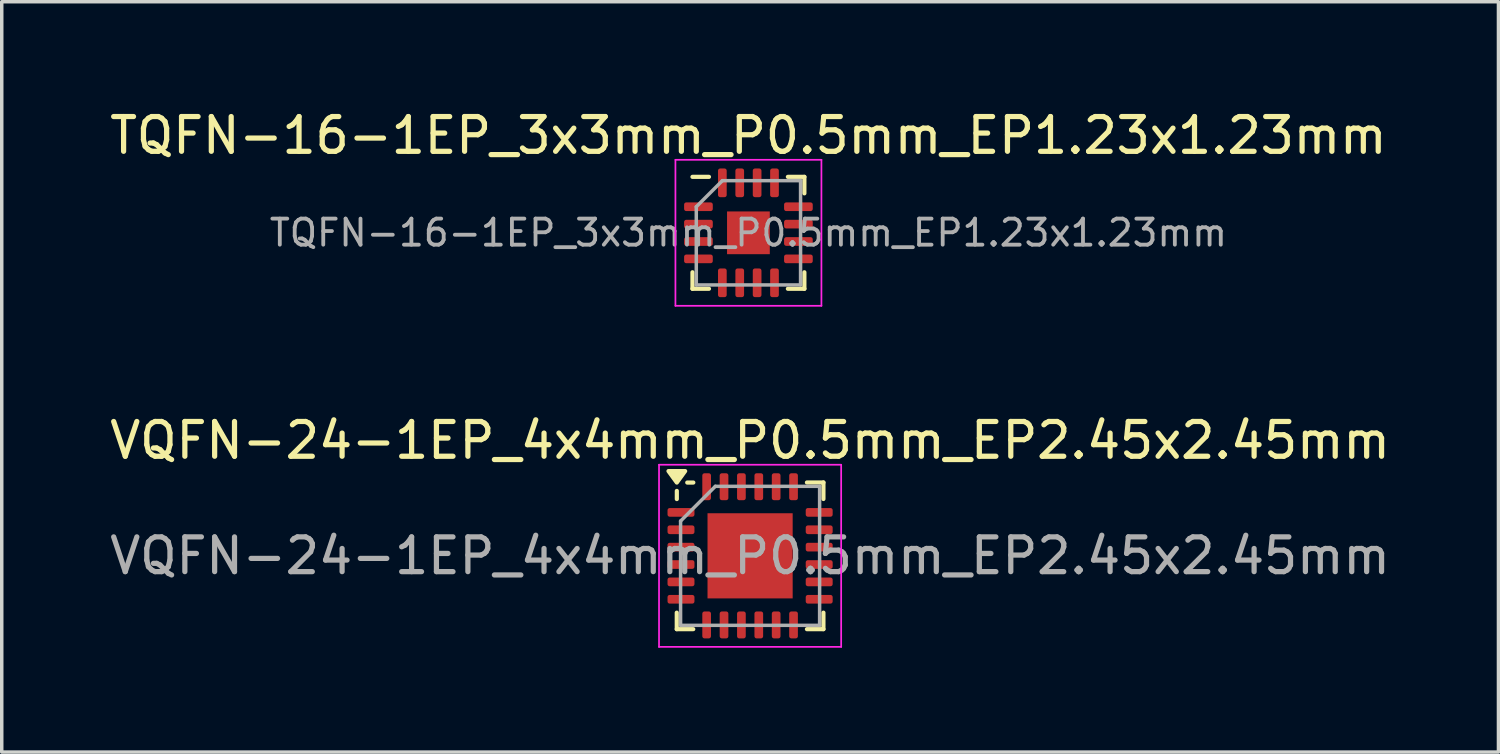
<source format=kicad_pcb>
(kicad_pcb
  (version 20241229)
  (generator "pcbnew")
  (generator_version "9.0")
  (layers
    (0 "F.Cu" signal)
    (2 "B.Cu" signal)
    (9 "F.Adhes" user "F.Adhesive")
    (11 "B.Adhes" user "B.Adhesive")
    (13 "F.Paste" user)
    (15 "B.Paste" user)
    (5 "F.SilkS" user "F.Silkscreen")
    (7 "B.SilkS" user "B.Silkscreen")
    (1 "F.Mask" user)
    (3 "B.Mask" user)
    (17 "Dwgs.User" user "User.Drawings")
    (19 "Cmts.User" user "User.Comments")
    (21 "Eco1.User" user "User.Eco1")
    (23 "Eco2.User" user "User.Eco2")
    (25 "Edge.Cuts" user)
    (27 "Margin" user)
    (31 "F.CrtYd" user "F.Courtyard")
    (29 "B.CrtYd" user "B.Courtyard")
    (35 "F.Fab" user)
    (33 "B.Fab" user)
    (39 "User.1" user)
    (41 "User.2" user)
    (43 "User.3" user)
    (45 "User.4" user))
  (footprint "VQFN-24-1EP_4x4mm_P0.5mm_EP2.45x2.45mm"
    (layer "F.Cu")
    (at 18.53 12.941)
    (property "Reference" "VQFN-24-1EP_4x4mm_P0.5mm_EP2.45x2.45mm" (at 0 -3.32 0) (layer "F.SilkS") (effects (font (size 1 1) (thickness 0.15))))
    (attr smd)
    (fp_line (start -2.11 2.11) (end -2.11 1.635) (stroke (width 0.12) (type solid)) (layer "F.SilkS"))
    (fp_line (start -2.108 -1.633) (end -2.108 -1.868) (stroke (width 0.12) (type solid)) (layer "F.SilkS"))
    (fp_line (start -1.635 2.11) (end -2.11 2.11) (stroke (width 0.12) (type solid)) (layer "F.SilkS"))
    (fp_line (start -1.633 -2.108) (end -1.808 -2.108) (stroke (width 0.12) (type solid)) (layer "F.SilkS"))
    (fp_line (start 1.635 -2.11) (end 2.11 -2.11) (stroke (width 0.12) (type solid)) (layer "F.SilkS"))
    (fp_line (start 1.635 2.11) (end 2.11 2.11) (stroke (width 0.12) (type solid)) (layer "F.SilkS"))
    (fp_line (start 2.11 -2.11) (end 2.11 -1.635) (stroke (width 0.12) (type solid)) (layer "F.SilkS"))
    (fp_line (start 2.11 2.11) (end 2.11 1.635) (stroke (width 0.12) (type solid)) (layer "F.SilkS"))
    (fp_poly (pts (xy -2.108 -2.108) (xy -2.348 -2.438) (xy -1.868 -2.438) (xy -2.108 -2.108)) (stroke (width 0.12) (type solid)) (fill yes) (layer "F.SilkS"))
    (fp_line (start -2.62 -2.62) (end -2.62 2.62) (stroke (width 0.05) (type solid)) (layer "F.CrtYd"))
    (fp_line (start -2.62 2.62) (end 2.62 2.62) (stroke (width 0.05) (type solid)) (layer "F.CrtYd"))
    (fp_line (start 2.62 -2.62) (end -2.62 -2.62) (stroke (width 0.05) (type solid)) (layer "F.CrtYd"))
    (fp_line (start 2.62 2.62) (end 2.62 -2.62) (stroke (width 0.05) (type solid)) (layer "F.CrtYd"))
    (fp_line (start -2 -1) (end -1 -2) (stroke (width 0.1) (type solid)) (layer "F.Fab"))
    (fp_line (start -2 2) (end -2 -1) (stroke (width 0.1) (type solid)) (layer "F.Fab"))
    (fp_line (start -1 -2) (end 2 -2) (stroke (width 0.1) (type solid)) (layer "F.Fab"))
    (fp_line (start 2 -2) (end 2 2) (stroke (width 0.1) (type solid)) (layer "F.Fab"))
    (fp_line (start 2 2) (end -2 2) (stroke (width 0.1) (type solid)) (layer "F.Fab"))
    (fp_text user "${REFERENCE}" (at 0 0 0) (layer "F.Fab") (effects (font (size 1 1) (thickness 0.15))))
    (pad "" smd roundrect (at -0.82 -0.82) (size 0.66 0.66) (layers "F.Paste") (roundrect_rratio 0.25))
    (pad "" smd roundrect (at -0.82 0) (size 0.66 0.66) (layers "F.Paste") (roundrect_rratio 0.25))
    (pad "" smd roundrect (at -0.82 0.82) (size 0.66 0.66) (layers "F.Paste") (roundrect_rratio 0.25))
    (pad "" smd roundrect (at 0 -0.82) (size 0.66 0.66) (layers "F.Paste") (roundrect_rratio 0.25))
    (pad "" smd roundrect (at 0 0) (size 0.66 0.66) (layers "F.Paste") (roundrect_rratio 0.25))
    (pad "" smd roundrect (at 0 0.82) (size 0.66 0.66) (layers "F.Paste") (roundrect_rratio 0.25))
    (pad "" smd roundrect (at 0.82 -0.82) (size 0.66 0.66) (layers "F.Paste") (roundrect_rratio 0.25))
    (pad "" smd roundrect (at 0.82 0) (size 0.66 0.66) (layers "F.Paste") (roundrect_rratio 0.25))
    (pad "" smd roundrect (at 0.82 0.82) (size 0.66 0.66) (layers "F.Paste") (roundrect_rratio 0.25))
    (pad "1" smd roundrect (at -1.988 -1.25) (size 0.775 0.25) (layers "F.Cu" "F.Mask" "F.Paste") (roundrect_rratio 0.25))
    (pad "2" smd roundrect (at -1.988 -0.75) (size 0.775 0.25) (layers "F.Cu" "F.Mask" "F.Paste") (roundrect_rratio 0.25))
    (pad "3" smd roundrect (at -1.988 -0.25) (size 0.775 0.25) (layers "F.Cu" "F.Mask" "F.Paste") (roundrect_rratio 0.25))
    (pad "4" smd roundrect (at -1.988 0.25) (size 0.775 0.25) (layers "F.Cu" "F.Mask" "F.Paste") (roundrect_rratio 0.25))
    (pad "5" smd roundrect (at -1.988 0.75) (size 0.775 0.25) (layers "F.Cu" "F.Mask" "F.Paste") (roundrect_rratio 0.25))
    (pad "6" smd roundrect (at -1.988 1.25) (size 0.775 0.25) (layers "F.Cu" "F.Mask" "F.Paste") (roundrect_rratio 0.25))
    (pad "7" smd roundrect (at -1.25 1.988) (size 0.25 0.775) (layers "F.Cu" "F.Mask" "F.Paste") (roundrect_rratio 0.25))
    (pad "8" smd roundrect (at -0.75 1.988) (size 0.25 0.775) (layers "F.Cu" "F.Mask" "F.Paste") (roundrect_rratio 0.25))
    (pad "9" smd roundrect (at -0.25 1.988) (size 0.25 0.775) (layers "F.Cu" "F.Mask" "F.Paste") (roundrect_rratio 0.25))
    (pad "10" smd roundrect (at 0.25 1.988) (size 0.25 0.775) (layers "F.Cu" "F.Mask" "F.Paste") (roundrect_rratio 0.25))
    (pad "11" smd roundrect (at 0.75 1.988) (size 0.25 0.775) (layers "F.Cu" "F.Mask" "F.Paste") (roundrect_rratio 0.25))
    (pad "12" smd roundrect (at 1.25 1.988) (size 0.25 0.775) (layers "F.Cu" "F.Mask" "F.Paste") (roundrect_rratio 0.25))
    (pad "13" smd roundrect (at 1.988 1.25) (size 0.775 0.25) (layers "F.Cu" "F.Mask" "F.Paste") (roundrect_rratio 0.25))
    (pad "14" smd roundrect (at 1.988 0.75) (size 0.775 0.25) (layers "F.Cu" "F.Mask" "F.Paste") (roundrect_rratio 0.25))
    (pad "15" smd roundrect (at 1.988 0.25) (size 0.775 0.25) (layers "F.Cu" "F.Mask" "F.Paste") (roundrect_rratio 0.25))
    (pad "16" smd roundrect (at 1.988 -0.25) (size 0.775 0.25) (layers "F.Cu" "F.Mask" "F.Paste") (roundrect_rratio 0.25))
    (pad "17" smd roundrect (at 1.988 -0.75) (size 0.775 0.25) (layers "F.Cu" "F.Mask" "F.Paste") (roundrect_rratio 0.25))
    (pad "18" smd roundrect (at 1.988 -1.25) (size 0.775 0.25) (layers "F.Cu" "F.Mask" "F.Paste") (roundrect_rratio 0.25))
    (pad "19" smd roundrect (at 1.25 -1.988) (size 0.25 0.775) (layers "F.Cu" "F.Mask" "F.Paste") (roundrect_rratio 0.25))
    (pad "20" smd roundrect (at 0.75 -1.988) (size 0.25 0.775) (layers "F.Cu" "F.Mask" "F.Paste") (roundrect_rratio 0.25))
    (pad "21" smd roundrect (at 0.25 -1.988) (size 0.25 0.775) (layers "F.Cu" "F.Mask" "F.Paste") (roundrect_rratio 0.25))
    (pad "22" smd roundrect (at -0.25 -1.988) (size 0.25 0.775) (layers "F.Cu" "F.Mask" "F.Paste") (roundrect_rratio 0.25))
    (pad "23" smd roundrect (at -0.75 -1.988) (size 0.25 0.775) (layers "F.Cu" "F.Mask" "F.Paste") (roundrect_rratio 0.25))
    (pad "24" smd roundrect (at -1.25 -1.988) (size 0.25 0.775) (layers "F.Cu" "F.Mask" "F.Paste") (roundrect_rratio 0.25))
    (pad "25" smd rect (at 0 0) (size 2.45 2.45) (layers "F.Cu" "F.Mask")))
  (footprint "TQFN-16-1EP_3x3mm_P0.5mm_EP1.23x1.23mm"
    (layer "F.Cu")
    (at 18.482 3.648)
    (property "Reference" "TQFN-16-1EP_3x3mm_P0.5mm_EP1.23x1.23mm" (at 0 -2.8 0) (layer "F.SilkS") (effects (font (size 1 1) (thickness 0.15))))
    (attr smd)
    (fp_line (start -1.61 1.61) (end -1.61 1.135) (stroke (width 0.12) (type solid)) (layer "F.SilkS"))
    (fp_line (start -1.135 -1.61) (end -1.61 -1.61) (stroke (width 0.12) (type solid)) (layer "F.SilkS"))
    (fp_line (start -1.135 1.61) (end -1.61 1.61) (stroke (width 0.12) (type solid)) (layer "F.SilkS"))
    (fp_line (start 1.135 -1.61) (end 1.61 -1.61) (stroke (width 0.12) (type solid)) (layer "F.SilkS"))
    (fp_line (start 1.135 1.61) (end 1.61 1.61) (stroke (width 0.12) (type solid)) (layer "F.SilkS"))
    (fp_line (start 1.61 -1.61) (end 1.61 -1.135) (stroke (width 0.12) (type solid)) (layer "F.SilkS"))
    (fp_line (start 1.61 1.61) (end 1.61 1.135) (stroke (width 0.12) (type solid)) (layer "F.SilkS"))
    (fp_line (start -2.1 -2.1) (end -2.1 2.1) (stroke (width 0.05) (type solid)) (layer "F.CrtYd"))
    (fp_line (start -2.1 2.1) (end 2.1 2.1) (stroke (width 0.05) (type solid)) (layer "F.CrtYd"))
    (fp_line (start 2.1 -2.1) (end -2.1 -2.1) (stroke (width 0.05) (type solid)) (layer "F.CrtYd"))
    (fp_line (start 2.1 2.1) (end 2.1 -2.1) (stroke (width 0.05) (type solid)) (layer "F.CrtYd"))
    (fp_line (start -1.5 -0.75) (end -0.75 -1.5) (stroke (width 0.1) (type solid)) (layer "F.Fab"))
    (fp_line (start -1.5 1.5) (end -1.5 -0.75) (stroke (width 0.1) (type solid)) (layer "F.Fab"))
    (fp_line (start -0.75 -1.5) (end 1.5 -1.5) (stroke (width 0.1) (type solid)) (layer "F.Fab"))
    (fp_line (start 1.5 -1.5) (end 1.5 1.5) (stroke (width 0.1) (type solid)) (layer "F.Fab"))
    (fp_line (start 1.5 1.5) (end -1.5 1.5) (stroke (width 0.1) (type solid)) (layer "F.Fab"))
    (fp_text user "${REFERENCE}" (at 0 0 0) (layer "F.Fab") (effects (font (size 0.75 0.75) (thickness 0.11))))
    (pad "" smd roundrect (at -0.31 -0.31) (size 0.5 0.5) (layers "F.Paste") (roundrect_rratio 0.25))
    (pad "" smd roundrect (at -0.31 0.31) (size 0.5 0.5) (layers "F.Paste") (roundrect_rratio 0.25))
    (pad "" smd roundrect (at 0.31 -0.31) (size 0.5 0.5) (layers "F.Paste") (roundrect_rratio 0.25))
    (pad "" smd roundrect (at 0.31 0.31) (size 0.5 0.5) (layers "F.Paste") (roundrect_rratio 0.25))
    (pad "1" smd roundrect (at -1.438 -0.75) (size 0.825 0.25) (layers "F.Cu" "F.Mask" "F.Paste") (roundrect_rratio 0.25))
    (pad "2" smd roundrect (at -1.438 -0.25) (size 0.825 0.25) (layers "F.Cu" "F.Mask" "F.Paste") (roundrect_rratio 0.25))
    (pad "3" smd roundrect (at -1.438 0.25) (size 0.825 0.25) (layers "F.Cu" "F.Mask" "F.Paste") (roundrect_rratio 0.25))
    (pad "4" smd roundrect (at -1.438 0.75) (size 0.825 0.25) (layers "F.Cu" "F.Mask" "F.Paste") (roundrect_rratio 0.25))
    (pad "5" smd roundrect (at -0.75 1.438) (size 0.25 0.825) (layers "F.Cu" "F.Mask" "F.Paste") (roundrect_rratio 0.25))
    (pad "6" smd roundrect (at -0.25 1.438) (size 0.25 0.825) (layers "F.Cu" "F.Mask" "F.Paste") (roundrect_rratio 0.25))
    (pad "7" smd roundrect (at 0.25 1.438) (size 0.25 0.825) (layers "F.Cu" "F.Mask" "F.Paste") (roundrect_rratio 0.25))
    (pad "8" smd roundrect (at 0.75 1.438) (size 0.25 0.825) (layers "F.Cu" "F.Mask" "F.Paste") (roundrect_rratio 0.25))
    (pad "9" smd roundrect (at 1.438 0.75) (size 0.825 0.25) (layers "F.Cu" "F.Mask" "F.Paste") (roundrect_rratio 0.25))
    (pad "10" smd roundrect (at 1.438 0.25) (size 0.825 0.25) (layers "F.Cu" "F.Mask" "F.Paste") (roundrect_rratio 0.25))
    (pad "11" smd roundrect (at 1.438 -0.25) (size 0.825 0.25) (layers "F.Cu" "F.Mask" "F.Paste") (roundrect_rratio 0.25))
    (pad "12" smd roundrect (at 1.438 -0.75) (size 0.825 0.25) (layers "F.Cu" "F.Mask" "F.Paste") (roundrect_rratio 0.25))
    (pad "13" smd roundrect (at 0.75 -1.438) (size 0.25 0.825) (layers "F.Cu" "F.Mask" "F.Paste") (roundrect_rratio 0.25))
    (pad "14" smd roundrect (at 0.25 -1.438) (size 0.25 0.825) (layers "F.Cu" "F.Mask" "F.Paste") (roundrect_rratio 0.25))
    (pad "15" smd roundrect (at -0.25 -1.438) (size 0.25 0.825) (layers "F.Cu" "F.Mask" "F.Paste") (roundrect_rratio 0.25))
    (pad "16" smd roundrect (at -0.75 -1.438) (size 0.25 0.825) (layers "F.Cu" "F.Mask" "F.Paste") (roundrect_rratio 0.25))
    (pad "17" smd rect (at 0 0) (size 1.23 1.23) (layers "F.Cu" "F.Mask")))
  (gr_rect
    (start -3 -3)
    (end 40.06 18.587)
    (stroke (width 0.1) (type default))
    (fill no)
    (layer "Edge.Cuts")))
</source>
